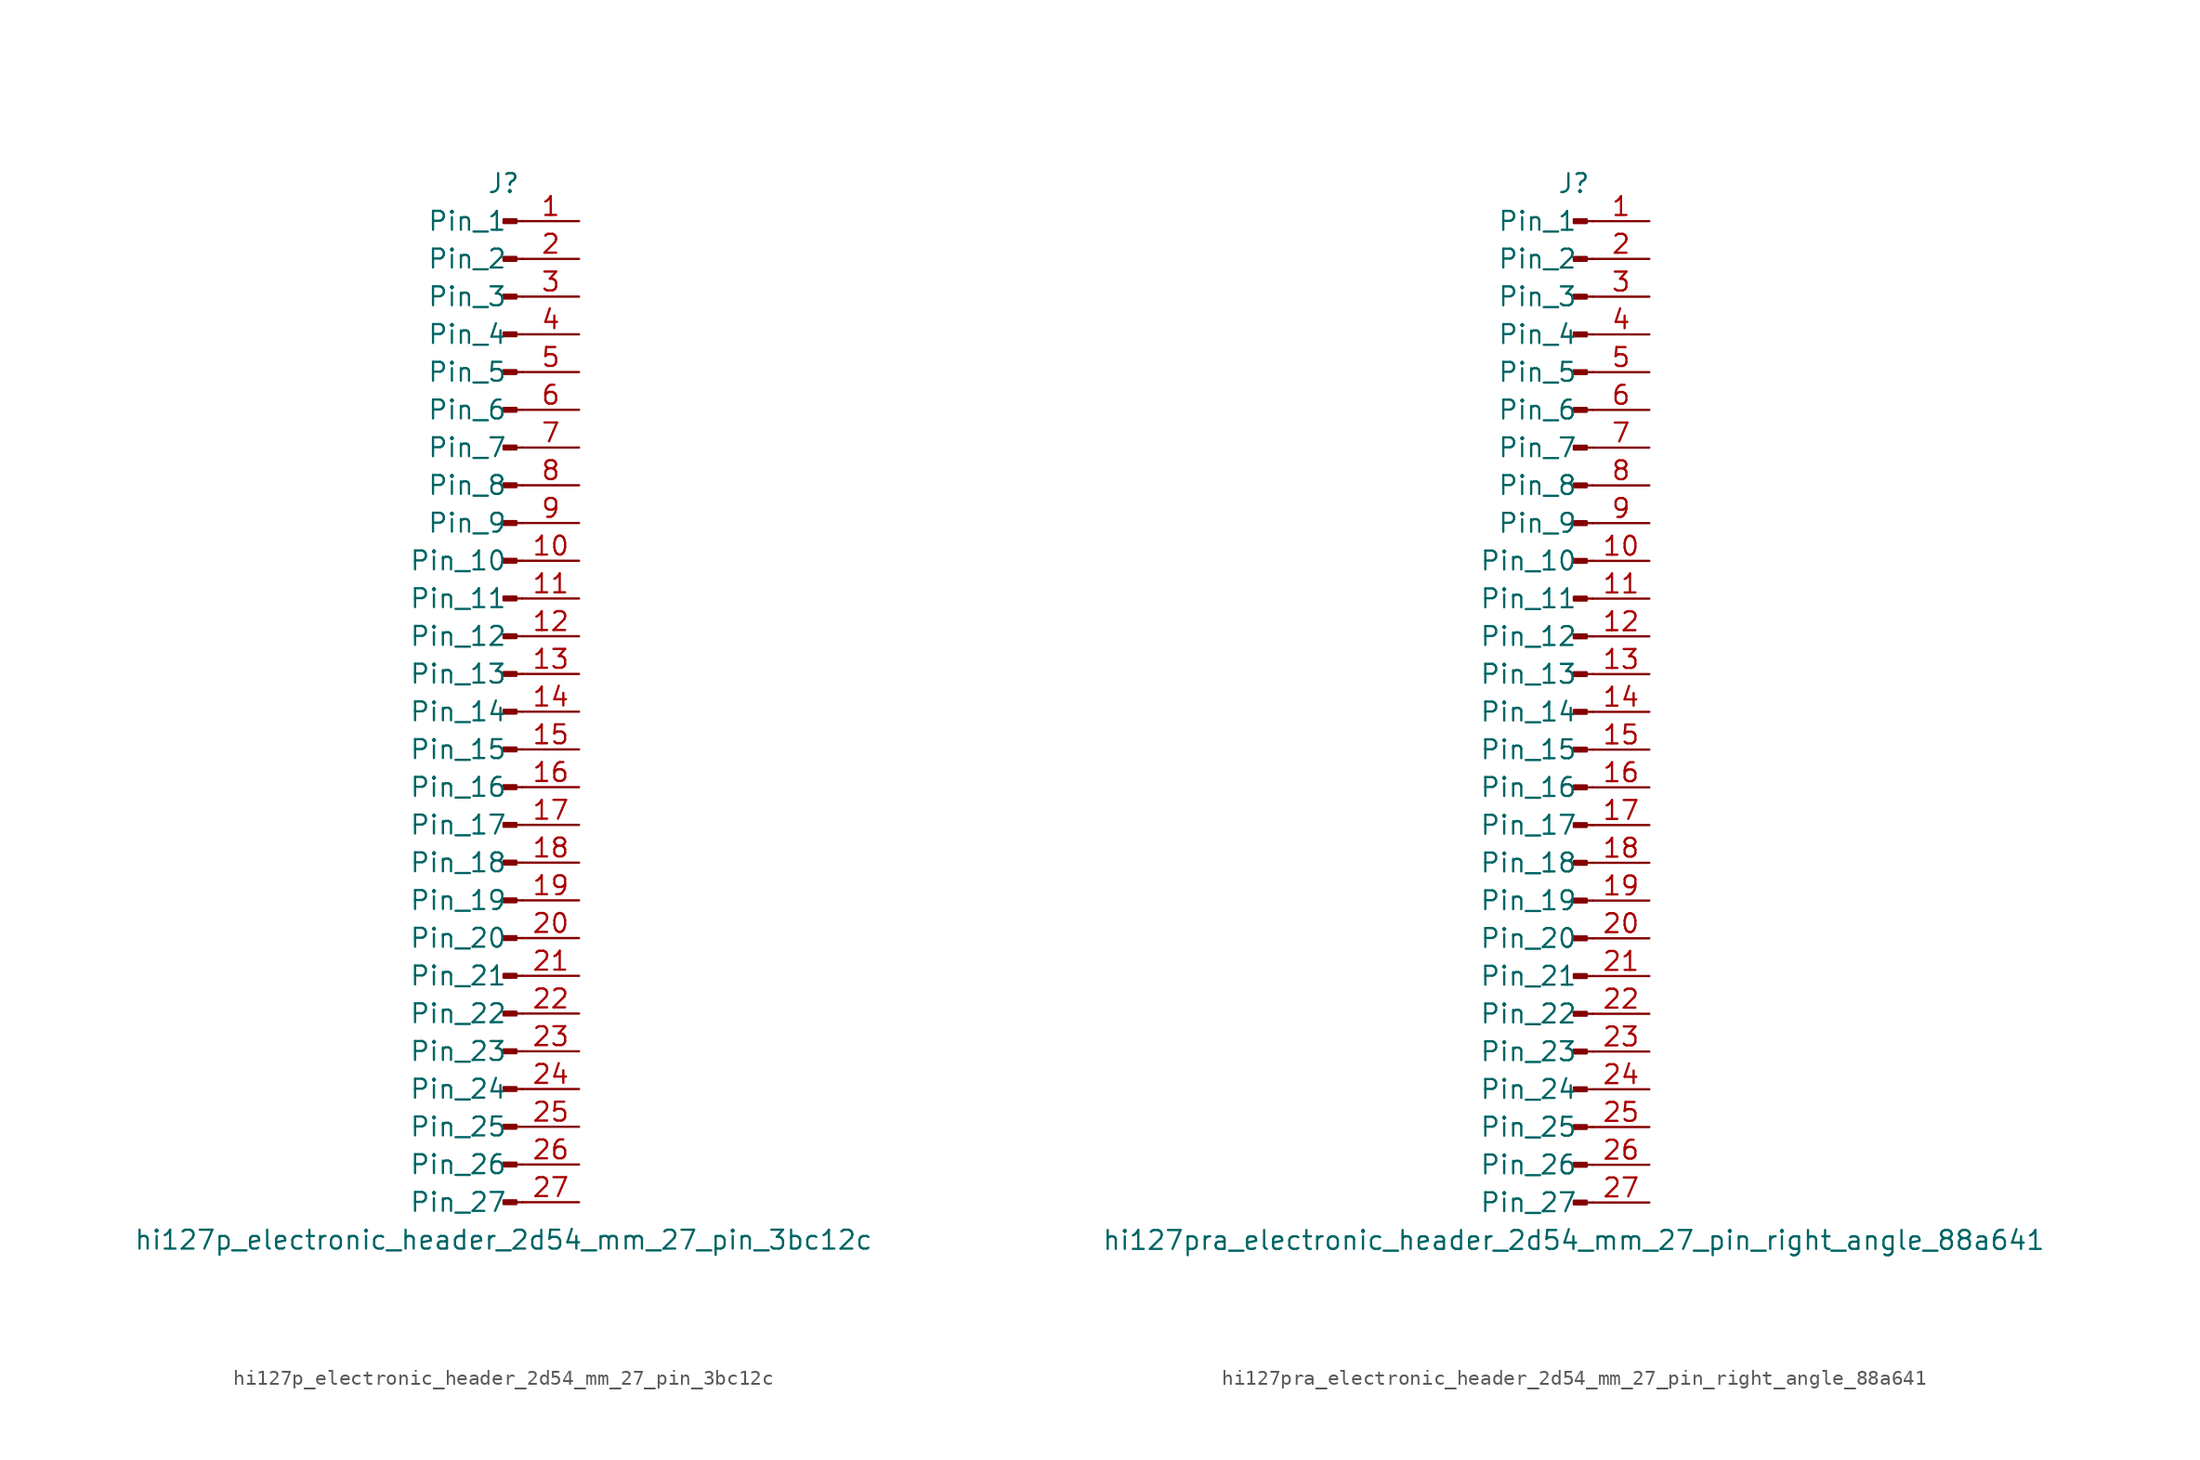
<source format=kicad_sym>
(kicad_symbol_lib
  (version 20220914)
  (generator kicad_symbol_editor)
  (symbol "hi127p_electronic_header_2d54_mm_27_pin_3bc12c"
    (pin_names
      (offset 1.016))
    (property "Reference" "J"
      (at 0 35.56 0)
      (effects (font (size 1.27 1.27))))
    (property "Value" "hi127p_electronic_header_2d54_mm_27_pin_3bc12c"
      (at 0 -35.56 0)
      (effects (font (size 1.27 1.27))))
    (property "ki_locked" ""
      (at 0 0 0)
      (effects (font (size 1.27 1.27))))
    (symbol "hi127p_electronic_header_2d54_mm_27_pin_3bc12c_1_1"
      (polyline (pts (xy 1.27 -33.02) (xy 0.864 -33.02)) (stroke (width 0.152) (type default)) (fill (type none)))
      (polyline (pts (xy 1.27 -30.48) (xy 0.864 -30.48)) (stroke (width 0.152) (type default)) (fill (type none)))
      (polyline (pts (xy 1.27 -27.94) (xy 0.864 -27.94)) (stroke (width 0.152) (type default)) (fill (type none)))
      (polyline (pts (xy 1.27 -25.4) (xy 0.864 -25.4)) (stroke (width 0.152) (type default)) (fill (type none)))
      (polyline (pts (xy 1.27 -22.86) (xy 0.864 -22.86)) (stroke (width 0.152) (type default)) (fill (type none)))
      (polyline (pts (xy 1.27 -20.32) (xy 0.864 -20.32)) (stroke (width 0.152) (type default)) (fill (type none)))
      (polyline (pts (xy 1.27 -17.78) (xy 0.864 -17.78)) (stroke (width 0.152) (type default)) (fill (type none)))
      (polyline (pts (xy 1.27 -15.24) (xy 0.864 -15.24)) (stroke (width 0.152) (type default)) (fill (type none)))
      (polyline (pts (xy 1.27 -12.7) (xy 0.864 -12.7)) (stroke (width 0.152) (type default)) (fill (type none)))
      (polyline (pts (xy 1.27 -10.16) (xy 0.864 -10.16)) (stroke (width 0.152) (type default)) (fill (type none)))
      (polyline (pts (xy 1.27 -7.62) (xy 0.864 -7.62)) (stroke (width 0.152) (type default)) (fill (type none)))
      (polyline (pts (xy 1.27 -5.08) (xy 0.864 -5.08)) (stroke (width 0.152) (type default)) (fill (type none)))
      (polyline (pts (xy 1.27 -2.54) (xy 0.864 -2.54)) (stroke (width 0.152) (type default)) (fill (type none)))
      (polyline (pts (xy 1.27 0) (xy 0.864 0)) (stroke (width 0.152) (type default)) (fill (type none)))
      (polyline (pts (xy 1.27 2.54) (xy 0.864 2.54)) (stroke (width 0.152) (type default)) (fill (type none)))
      (polyline (pts (xy 1.27 5.08) (xy 0.864 5.08)) (stroke (width 0.152) (type default)) (fill (type none)))
      (polyline (pts (xy 1.27 7.62) (xy 0.864 7.62)) (stroke (width 0.152) (type default)) (fill (type none)))
      (polyline (pts (xy 1.27 10.16) (xy 0.864 10.16)) (stroke (width 0.152) (type default)) (fill (type none)))
      (polyline (pts (xy 1.27 12.7) (xy 0.864 12.7)) (stroke (width 0.152) (type default)) (fill (type none)))
      (polyline (pts (xy 1.27 15.24) (xy 0.864 15.24)) (stroke (width 0.152) (type default)) (fill (type none)))
      (polyline (pts (xy 1.27 17.78) (xy 0.864 17.78)) (stroke (width 0.152) (type default)) (fill (type none)))
      (polyline (pts (xy 1.27 20.32) (xy 0.864 20.32)) (stroke (width 0.152) (type default)) (fill (type none)))
      (polyline (pts (xy 1.27 22.86) (xy 0.864 22.86)) (stroke (width 0.152) (type default)) (fill (type none)))
      (polyline (pts (xy 1.27 25.4) (xy 0.864 25.4)) (stroke (width 0.152) (type default)) (fill (type none)))
      (polyline (pts (xy 1.27 27.94) (xy 0.864 27.94)) (stroke (width 0.152) (type default)) (fill (type none)))
      (polyline (pts (xy 1.27 30.48) (xy 0.864 30.48)) (stroke (width 0.152) (type default)) (fill (type none)))
      (polyline (pts (xy 1.27 33.02) (xy 0.864 33.02)) (stroke (width 0.152) (type default)) (fill (type none)))
      (rectangle (start 0.864 -32.893) (end 0 -33.147) (stroke (width 0.152) (type default)) (fill (type outline)))
      (rectangle (start 0.864 -30.353) (end 0 -30.607) (stroke (width 0.152) (type default)) (fill (type outline)))
      (rectangle (start 0.864 -27.813) (end 0 -28.067) (stroke (width 0.152) (type default)) (fill (type outline)))
      (rectangle (start 0.864 -25.273) (end 0 -25.527) (stroke (width 0.152) (type default)) (fill (type outline)))
      (rectangle (start 0.864 -22.733) (end 0 -22.987) (stroke (width 0.152) (type default)) (fill (type outline)))
      (rectangle (start 0.864 -20.193) (end 0 -20.447) (stroke (width 0.152) (type default)) (fill (type outline)))
      (rectangle (start 0.864 -17.653) (end 0 -17.907) (stroke (width 0.152) (type default)) (fill (type outline)))
      (rectangle (start 0.864 -15.113) (end 0 -15.367) (stroke (width 0.152) (type default)) (fill (type outline)))
      (rectangle (start 0.864 -12.573) (end 0 -12.827) (stroke (width 0.152) (type default)) (fill (type outline)))
      (rectangle (start 0.864 -10.033) (end 0 -10.287) (stroke (width 0.152) (type default)) (fill (type outline)))
      (rectangle (start 0.864 -7.493) (end 0 -7.747) (stroke (width 0.152) (type default)) (fill (type outline)))
      (rectangle (start 0.864 -4.953) (end 0 -5.207) (stroke (width 0.152) (type default)) (fill (type outline)))
      (rectangle (start 0.864 -2.413) (end 0 -2.667) (stroke (width 0.152) (type default)) (fill (type outline)))
      (rectangle (start 0.864 0.127) (end 0 -0.127) (stroke (width 0.152) (type default)) (fill (type outline)))
      (rectangle (start 0.864 2.667) (end 0 2.413) (stroke (width 0.152) (type default)) (fill (type outline)))
      (rectangle (start 0.864 5.207) (end 0 4.953) (stroke (width 0.152) (type default)) (fill (type outline)))
      (rectangle (start 0.864 7.747) (end 0 7.493) (stroke (width 0.152) (type default)) (fill (type outline)))
      (rectangle (start 0.864 10.287) (end 0 10.033) (stroke (width 0.152) (type default)) (fill (type outline)))
      (rectangle (start 0.864 12.827) (end 0 12.573) (stroke (width 0.152) (type default)) (fill (type outline)))
      (rectangle (start 0.864 15.367) (end 0 15.113) (stroke (width 0.152) (type default)) (fill (type outline)))
      (rectangle (start 0.864 17.907) (end 0 17.653) (stroke (width 0.152) (type default)) (fill (type outline)))
      (rectangle (start 0.864 20.447) (end 0 20.193) (stroke (width 0.152) (type default)) (fill (type outline)))
      (rectangle (start 0.864 22.987) (end 0 22.733) (stroke (width 0.152) (type default)) (fill (type outline)))
      (rectangle (start 0.864 25.527) (end 0 25.273) (stroke (width 0.152) (type default)) (fill (type outline)))
      (rectangle (start 0.864 28.067) (end 0 27.813) (stroke (width 0.152) (type default)) (fill (type outline)))
      (rectangle (start 0.864 30.607) (end 0 30.353) (stroke (width 0.152) (type default)) (fill (type outline)))
      (rectangle (start 0.864 33.147) (end 0 32.893) (stroke (width 0.152) (type default)) (fill (type outline)))
      (pin passive line (at 5.08 33.02 180) (length 3.81) (name "Pin_1" (effects (font (size 1.27 1.27)))) (number "1" (effects (font (size 1.27 1.27)))))
      (pin passive line (at 5.08 10.16 180) (length 3.81) (name "Pin_10" (effects (font (size 1.27 1.27)))) (number "10" (effects (font (size 1.27 1.27)))))
      (pin passive line (at 5.08 7.62 180) (length 3.81) (name "Pin_11" (effects (font (size 1.27 1.27)))) (number "11" (effects (font (size 1.27 1.27)))))
      (pin passive line (at 5.08 5.08 180) (length 3.81) (name "Pin_12" (effects (font (size 1.27 1.27)))) (number "12" (effects (font (size 1.27 1.27)))))
      (pin passive line (at 5.08 2.54 180) (length 3.81) (name "Pin_13" (effects (font (size 1.27 1.27)))) (number "13" (effects (font (size 1.27 1.27)))))
      (pin passive line (at 5.08 0 180) (length 3.81) (name "Pin_14" (effects (font (size 1.27 1.27)))) (number "14" (effects (font (size 1.27 1.27)))))
      (pin passive line (at 5.08 -2.54 180) (length 3.81) (name "Pin_15" (effects (font (size 1.27 1.27)))) (number "15" (effects (font (size 1.27 1.27)))))
      (pin passive line (at 5.08 -5.08 180) (length 3.81) (name "Pin_16" (effects (font (size 1.27 1.27)))) (number "16" (effects (font (size 1.27 1.27)))))
      (pin passive line (at 5.08 -7.62 180) (length 3.81) (name "Pin_17" (effects (font (size 1.27 1.27)))) (number "17" (effects (font (size 1.27 1.27)))))
      (pin passive line (at 5.08 -10.16 180) (length 3.81) (name "Pin_18" (effects (font (size 1.27 1.27)))) (number "18" (effects (font (size 1.27 1.27)))))
      (pin passive line (at 5.08 -12.7 180) (length 3.81) (name "Pin_19" (effects (font (size 1.27 1.27)))) (number "19" (effects (font (size 1.27 1.27)))))
      (pin passive line (at 5.08 30.48 180) (length 3.81) (name "Pin_2" (effects (font (size 1.27 1.27)))) (number "2" (effects (font (size 1.27 1.27)))))
      (pin passive line (at 5.08 -15.24 180) (length 3.81) (name "Pin_20" (effects (font (size 1.27 1.27)))) (number "20" (effects (font (size 1.27 1.27)))))
      (pin passive line (at 5.08 -17.78 180) (length 3.81) (name "Pin_21" (effects (font (size 1.27 1.27)))) (number "21" (effects (font (size 1.27 1.27)))))
      (pin passive line (at 5.08 -20.32 180) (length 3.81) (name "Pin_22" (effects (font (size 1.27 1.27)))) (number "22" (effects (font (size 1.27 1.27)))))
      (pin passive line (at 5.08 -22.86 180) (length 3.81) (name "Pin_23" (effects (font (size 1.27 1.27)))) (number "23" (effects (font (size 1.27 1.27)))))
      (pin passive line (at 5.08 -25.4 180) (length 3.81) (name "Pin_24" (effects (font (size 1.27 1.27)))) (number "24" (effects (font (size 1.27 1.27)))))
      (pin passive line (at 5.08 -27.94 180) (length 3.81) (name "Pin_25" (effects (font (size 1.27 1.27)))) (number "25" (effects (font (size 1.27 1.27)))))
      (pin passive line (at 5.08 -30.48 180) (length 3.81) (name "Pin_26" (effects (font (size 1.27 1.27)))) (number "26" (effects (font (size 1.27 1.27)))))
      (pin passive line (at 5.08 -33.02 180) (length 3.81) (name "Pin_27" (effects (font (size 1.27 1.27)))) (number "27" (effects (font (size 1.27 1.27)))))
      (pin passive line (at 5.08 27.94 180) (length 3.81) (name "Pin_3" (effects (font (size 1.27 1.27)))) (number "3" (effects (font (size 1.27 1.27)))))
      (pin passive line (at 5.08 25.4 180) (length 3.81) (name "Pin_4" (effects (font (size 1.27 1.27)))) (number "4" (effects (font (size 1.27 1.27)))))
      (pin passive line (at 5.08 22.86 180) (length 3.81) (name "Pin_5" (effects (font (size 1.27 1.27)))) (number "5" (effects (font (size 1.27 1.27)))))
      (pin passive line (at 5.08 20.32 180) (length 3.81) (name "Pin_6" (effects (font (size 1.27 1.27)))) (number "6" (effects (font (size 1.27 1.27)))))
      (pin passive line (at 5.08 17.78 180) (length 3.81) (name "Pin_7" (effects (font (size 1.27 1.27)))) (number "7" (effects (font (size 1.27 1.27)))))
      (pin passive line (at 5.08 15.24 180) (length 3.81) (name "Pin_8" (effects (font (size 1.27 1.27)))) (number "8" (effects (font (size 1.27 1.27)))))
      (pin passive line (at 5.08 12.7 180) (length 3.81) (name "Pin_9" (effects (font (size 1.27 1.27)))) (number "9" (effects (font (size 1.27 1.27)))))))
  (symbol "hi127pra_electronic_header_2d54_mm_27_pin_right_angle_88a641"
    (pin_names
      (offset 1.016))
    (property "Reference" "J"
      (at 0 35.56 0)
      (effects (font (size 1.27 1.27))))
    (property "Value" "hi127pra_electronic_header_2d54_mm_27_pin_right_angle_88a641"
      (at 0 -35.56 0)
      (effects (font (size 1.27 1.27))))
    (property "ki_locked" ""
      (at 0 0 0)
      (effects (font (size 1.27 1.27))))
    (symbol "hi127pra_electronic_header_2d54_mm_27_pin_right_angle_88a641_1_1"
      (polyline (pts (xy 1.27 -33.02) (xy 0.864 -33.02)) (stroke (width 0.152) (type default)) (fill (type none)))
      (polyline (pts (xy 1.27 -30.48) (xy 0.864 -30.48)) (stroke (width 0.152) (type default)) (fill (type none)))
      (polyline (pts (xy 1.27 -27.94) (xy 0.864 -27.94)) (stroke (width 0.152) (type default)) (fill (type none)))
      (polyline (pts (xy 1.27 -25.4) (xy 0.864 -25.4)) (stroke (width 0.152) (type default)) (fill (type none)))
      (polyline (pts (xy 1.27 -22.86) (xy 0.864 -22.86)) (stroke (width 0.152) (type default)) (fill (type none)))
      (polyline (pts (xy 1.27 -20.32) (xy 0.864 -20.32)) (stroke (width 0.152) (type default)) (fill (type none)))
      (polyline (pts (xy 1.27 -17.78) (xy 0.864 -17.78)) (stroke (width 0.152) (type default)) (fill (type none)))
      (polyline (pts (xy 1.27 -15.24) (xy 0.864 -15.24)) (stroke (width 0.152) (type default)) (fill (type none)))
      (polyline (pts (xy 1.27 -12.7) (xy 0.864 -12.7)) (stroke (width 0.152) (type default)) (fill (type none)))
      (polyline (pts (xy 1.27 -10.16) (xy 0.864 -10.16)) (stroke (width 0.152) (type default)) (fill (type none)))
      (polyline (pts (xy 1.27 -7.62) (xy 0.864 -7.62)) (stroke (width 0.152) (type default)) (fill (type none)))
      (polyline (pts (xy 1.27 -5.08) (xy 0.864 -5.08)) (stroke (width 0.152) (type default)) (fill (type none)))
      (polyline (pts (xy 1.27 -2.54) (xy 0.864 -2.54)) (stroke (width 0.152) (type default)) (fill (type none)))
      (polyline (pts (xy 1.27 0) (xy 0.864 0)) (stroke (width 0.152) (type default)) (fill (type none)))
      (polyline (pts (xy 1.27 2.54) (xy 0.864 2.54)) (stroke (width 0.152) (type default)) (fill (type none)))
      (polyline (pts (xy 1.27 5.08) (xy 0.864 5.08)) (stroke (width 0.152) (type default)) (fill (type none)))
      (polyline (pts (xy 1.27 7.62) (xy 0.864 7.62)) (stroke (width 0.152) (type default)) (fill (type none)))
      (polyline (pts (xy 1.27 10.16) (xy 0.864 10.16)) (stroke (width 0.152) (type default)) (fill (type none)))
      (polyline (pts (xy 1.27 12.7) (xy 0.864 12.7)) (stroke (width 0.152) (type default)) (fill (type none)))
      (polyline (pts (xy 1.27 15.24) (xy 0.864 15.24)) (stroke (width 0.152) (type default)) (fill (type none)))
      (polyline (pts (xy 1.27 17.78) (xy 0.864 17.78)) (stroke (width 0.152) (type default)) (fill (type none)))
      (polyline (pts (xy 1.27 20.32) (xy 0.864 20.32)) (stroke (width 0.152) (type default)) (fill (type none)))
      (polyline (pts (xy 1.27 22.86) (xy 0.864 22.86)) (stroke (width 0.152) (type default)) (fill (type none)))
      (polyline (pts (xy 1.27 25.4) (xy 0.864 25.4)) (stroke (width 0.152) (type default)) (fill (type none)))
      (polyline (pts (xy 1.27 27.94) (xy 0.864 27.94)) (stroke (width 0.152) (type default)) (fill (type none)))
      (polyline (pts (xy 1.27 30.48) (xy 0.864 30.48)) (stroke (width 0.152) (type default)) (fill (type none)))
      (polyline (pts (xy 1.27 33.02) (xy 0.864 33.02)) (stroke (width 0.152) (type default)) (fill (type none)))
      (rectangle (start 0.864 -32.893) (end 0 -33.147) (stroke (width 0.152) (type default)) (fill (type outline)))
      (rectangle (start 0.864 -30.353) (end 0 -30.607) (stroke (width 0.152) (type default)) (fill (type outline)))
      (rectangle (start 0.864 -27.813) (end 0 -28.067) (stroke (width 0.152) (type default)) (fill (type outline)))
      (rectangle (start 0.864 -25.273) (end 0 -25.527) (stroke (width 0.152) (type default)) (fill (type outline)))
      (rectangle (start 0.864 -22.733) (end 0 -22.987) (stroke (width 0.152) (type default)) (fill (type outline)))
      (rectangle (start 0.864 -20.193) (end 0 -20.447) (stroke (width 0.152) (type default)) (fill (type outline)))
      (rectangle (start 0.864 -17.653) (end 0 -17.907) (stroke (width 0.152) (type default)) (fill (type outline)))
      (rectangle (start 0.864 -15.113) (end 0 -15.367) (stroke (width 0.152) (type default)) (fill (type outline)))
      (rectangle (start 0.864 -12.573) (end 0 -12.827) (stroke (width 0.152) (type default)) (fill (type outline)))
      (rectangle (start 0.864 -10.033) (end 0 -10.287) (stroke (width 0.152) (type default)) (fill (type outline)))
      (rectangle (start 0.864 -7.493) (end 0 -7.747) (stroke (width 0.152) (type default)) (fill (type outline)))
      (rectangle (start 0.864 -4.953) (end 0 -5.207) (stroke (width 0.152) (type default)) (fill (type outline)))
      (rectangle (start 0.864 -2.413) (end 0 -2.667) (stroke (width 0.152) (type default)) (fill (type outline)))
      (rectangle (start 0.864 0.127) (end 0 -0.127) (stroke (width 0.152) (type default)) (fill (type outline)))
      (rectangle (start 0.864 2.667) (end 0 2.413) (stroke (width 0.152) (type default)) (fill (type outline)))
      (rectangle (start 0.864 5.207) (end 0 4.953) (stroke (width 0.152) (type default)) (fill (type outline)))
      (rectangle (start 0.864 7.747) (end 0 7.493) (stroke (width 0.152) (type default)) (fill (type outline)))
      (rectangle (start 0.864 10.287) (end 0 10.033) (stroke (width 0.152) (type default)) (fill (type outline)))
      (rectangle (start 0.864 12.827) (end 0 12.573) (stroke (width 0.152) (type default)) (fill (type outline)))
      (rectangle (start 0.864 15.367) (end 0 15.113) (stroke (width 0.152) (type default)) (fill (type outline)))
      (rectangle (start 0.864 17.907) (end 0 17.653) (stroke (width 0.152) (type default)) (fill (type outline)))
      (rectangle (start 0.864 20.447) (end 0 20.193) (stroke (width 0.152) (type default)) (fill (type outline)))
      (rectangle (start 0.864 22.987) (end 0 22.733) (stroke (width 0.152) (type default)) (fill (type outline)))
      (rectangle (start 0.864 25.527) (end 0 25.273) (stroke (width 0.152) (type default)) (fill (type outline)))
      (rectangle (start 0.864 28.067) (end 0 27.813) (stroke (width 0.152) (type default)) (fill (type outline)))
      (rectangle (start 0.864 30.607) (end 0 30.353) (stroke (width 0.152) (type default)) (fill (type outline)))
      (rectangle (start 0.864 33.147) (end 0 32.893) (stroke (width 0.152) (type default)) (fill (type outline)))
      (pin passive line (at 5.08 33.02 180) (length 3.81) (name "Pin_1" (effects (font (size 1.27 1.27)))) (number "1" (effects (font (size 1.27 1.27)))))
      (pin passive line (at 5.08 10.16 180) (length 3.81) (name "Pin_10" (effects (font (size 1.27 1.27)))) (number "10" (effects (font (size 1.27 1.27)))))
      (pin passive line (at 5.08 7.62 180) (length 3.81) (name "Pin_11" (effects (font (size 1.27 1.27)))) (number "11" (effects (font (size 1.27 1.27)))))
      (pin passive line (at 5.08 5.08 180) (length 3.81) (name "Pin_12" (effects (font (size 1.27 1.27)))) (number "12" (effects (font (size 1.27 1.27)))))
      (pin passive line (at 5.08 2.54 180) (length 3.81) (name "Pin_13" (effects (font (size 1.27 1.27)))) (number "13" (effects (font (size 1.27 1.27)))))
      (pin passive line (at 5.08 0 180) (length 3.81) (name "Pin_14" (effects (font (size 1.27 1.27)))) (number "14" (effects (font (size 1.27 1.27)))))
      (pin passive line (at 5.08 -2.54 180) (length 3.81) (name "Pin_15" (effects (font (size 1.27 1.27)))) (number "15" (effects (font (size 1.27 1.27)))))
      (pin passive line (at 5.08 -5.08 180) (length 3.81) (name "Pin_16" (effects (font (size 1.27 1.27)))) (number "16" (effects (font (size 1.27 1.27)))))
      (pin passive line (at 5.08 -7.62 180) (length 3.81) (name "Pin_17" (effects (font (size 1.27 1.27)))) (number "17" (effects (font (size 1.27 1.27)))))
      (pin passive line (at 5.08 -10.16 180) (length 3.81) (name "Pin_18" (effects (font (size 1.27 1.27)))) (number "18" (effects (font (size 1.27 1.27)))))
      (pin passive line (at 5.08 -12.7 180) (length 3.81) (name "Pin_19" (effects (font (size 1.27 1.27)))) (number "19" (effects (font (size 1.27 1.27)))))
      (pin passive line (at 5.08 30.48 180) (length 3.81) (name "Pin_2" (effects (font (size 1.27 1.27)))) (number "2" (effects (font (size 1.27 1.27)))))
      (pin passive line (at 5.08 -15.24 180) (length 3.81) (name "Pin_20" (effects (font (size 1.27 1.27)))) (number "20" (effects (font (size 1.27 1.27)))))
      (pin passive line (at 5.08 -17.78 180) (length 3.81) (name "Pin_21" (effects (font (size 1.27 1.27)))) (number "21" (effects (font (size 1.27 1.27)))))
      (pin passive line (at 5.08 -20.32 180) (length 3.81) (name "Pin_22" (effects (font (size 1.27 1.27)))) (number "22" (effects (font (size 1.27 1.27)))))
      (pin passive line (at 5.08 -22.86 180) (length 3.81) (name "Pin_23" (effects (font (size 1.27 1.27)))) (number "23" (effects (font (size 1.27 1.27)))))
      (pin passive line (at 5.08 -25.4 180) (length 3.81) (name "Pin_24" (effects (font (size 1.27 1.27)))) (number "24" (effects (font (size 1.27 1.27)))))
      (pin passive line (at 5.08 -27.94 180) (length 3.81) (name "Pin_25" (effects (font (size 1.27 1.27)))) (number "25" (effects (font (size 1.27 1.27)))))
      (pin passive line (at 5.08 -30.48 180) (length 3.81) (name "Pin_26" (effects (font (size 1.27 1.27)))) (number "26" (effects (font (size 1.27 1.27)))))
      (pin passive line (at 5.08 -33.02 180) (length 3.81) (name "Pin_27" (effects (font (size 1.27 1.27)))) (number "27" (effects (font (size 1.27 1.27)))))
      (pin passive line (at 5.08 27.94 180) (length 3.81) (name "Pin_3" (effects (font (size 1.27 1.27)))) (number "3" (effects (font (size 1.27 1.27)))))
      (pin passive line (at 5.08 25.4 180) (length 3.81) (name "Pin_4" (effects (font (size 1.27 1.27)))) (number "4" (effects (font (size 1.27 1.27)))))
      (pin passive line (at 5.08 22.86 180) (length 3.81) (name "Pin_5" (effects (font (size 1.27 1.27)))) (number "5" (effects (font (size 1.27 1.27)))))
      (pin passive line (at 5.08 20.32 180) (length 3.81) (name "Pin_6" (effects (font (size 1.27 1.27)))) (number "6" (effects (font (size 1.27 1.27)))))
      (pin passive line (at 5.08 17.78 180) (length 3.81) (name "Pin_7" (effects (font (size 1.27 1.27)))) (number "7" (effects (font (size 1.27 1.27)))))
      (pin passive line (at 5.08 15.24 180) (length 3.81) (name "Pin_8" (effects (font (size 1.27 1.27)))) (number "8" (effects (font (size 1.27 1.27)))))
      (pin passive line (at 5.08 12.7 180) (length 3.81) (name "Pin_9" (effects (font (size 1.27 1.27)))) (number "9" (effects (font (size 1.27 1.27))))))))
</source>
